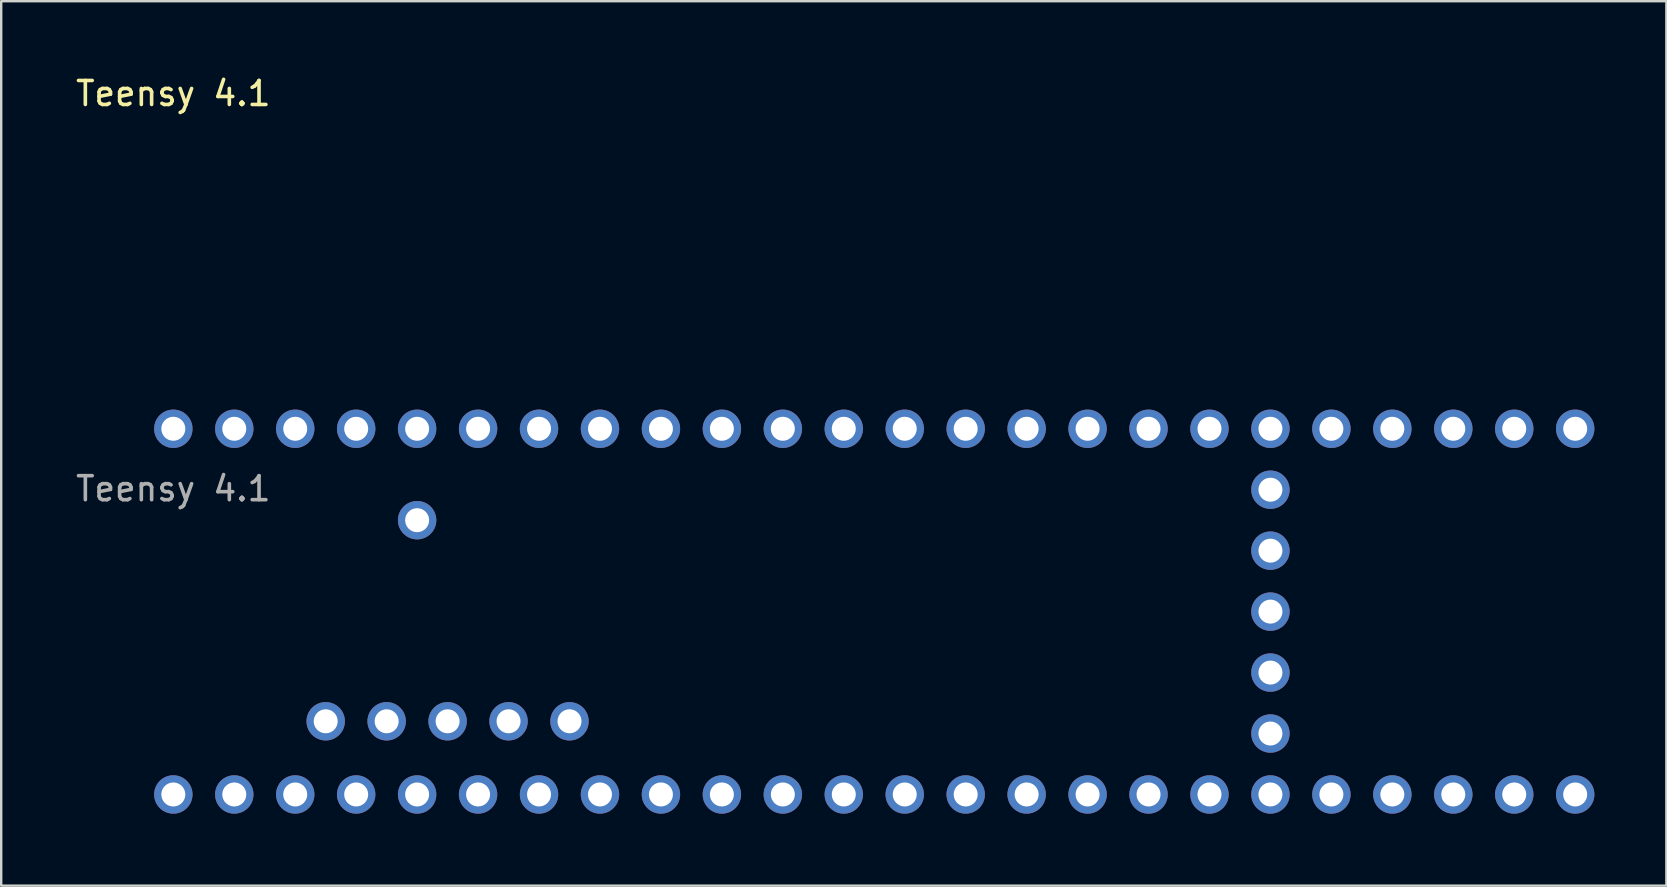
<source format=kicad_pcb>
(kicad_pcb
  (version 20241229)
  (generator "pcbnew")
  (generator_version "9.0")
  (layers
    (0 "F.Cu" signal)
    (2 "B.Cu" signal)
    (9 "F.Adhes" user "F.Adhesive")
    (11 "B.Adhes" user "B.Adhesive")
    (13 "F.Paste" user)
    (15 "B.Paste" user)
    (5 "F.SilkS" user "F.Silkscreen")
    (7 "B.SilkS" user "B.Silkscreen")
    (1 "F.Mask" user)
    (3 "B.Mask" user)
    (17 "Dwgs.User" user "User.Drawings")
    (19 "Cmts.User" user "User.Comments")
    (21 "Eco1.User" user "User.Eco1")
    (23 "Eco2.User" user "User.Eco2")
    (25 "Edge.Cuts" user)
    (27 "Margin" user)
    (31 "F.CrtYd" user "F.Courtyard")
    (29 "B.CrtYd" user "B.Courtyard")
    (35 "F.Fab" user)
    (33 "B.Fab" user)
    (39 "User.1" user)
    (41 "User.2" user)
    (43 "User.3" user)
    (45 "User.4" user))
  (footprint "Teensy 4.1"
    (layer "F.Cu")
    (at 4.173 14.818)
    (property "Reference" "Teensy 4.1" (at 0 -13.97 0) (unlocked yes) (layer "F.SilkS") (effects (font (size 1 1) (thickness 0.15))))
    (attr through_hole)
    (fp_text user "${REFERENCE}" (at 0 2.5 0) (unlocked yes) (layer "F.Fab") (effects (font (size 1 1) (thickness 0.15))))
    (pad "1" thru_hole circle (at 0 0) (size 1.6 1.6) (drill 1) (layers "*.Cu" "*.Mask"))
    (pad "2" thru_hole circle (at 2.54 0) (size 1.6 1.6) (drill 1) (layers "*.Cu" "*.Mask"))
    (pad "3" thru_hole circle (at 5.08 0) (size 1.6 1.6) (drill 1) (layers "*.Cu" "*.Mask"))
    (pad "4" thru_hole circle (at 7.62 0) (size 1.6 1.6) (drill 1) (layers "*.Cu" "*.Mask"))
    (pad "5" thru_hole circle (at 10.16 0) (size 1.6 1.6) (drill 1) (layers "*.Cu" "*.Mask"))
    (pad "6" thru_hole circle (at 12.7 0) (size 1.6 1.6) (drill 1) (layers "*.Cu" "*.Mask"))
    (pad "7" thru_hole circle (at 15.24 0) (size 1.6 1.6) (drill 1) (layers "*.Cu" "*.Mask"))
    (pad "8" thru_hole circle (at 17.78 0) (size 1.6 1.6) (drill 1) (layers "*.Cu" "*.Mask"))
    (pad "9" thru_hole circle (at 20.32 0) (size 1.6 1.6) (drill 1) (layers "*.Cu" "*.Mask"))
    (pad "10" thru_hole circle (at 22.86 0) (size 1.6 1.6) (drill 1) (layers "*.Cu" "*.Mask"))
    (pad "11" thru_hole circle (at 25.4 0) (size 1.6 1.6) (drill 1) (layers "*.Cu" "*.Mask"))
    (pad "12" thru_hole circle (at 27.94 0) (size 1.6 1.6) (drill 1) (layers "*.Cu" "*.Mask"))
    (pad "13" thru_hole circle (at 30.48 0) (size 1.6 1.6) (drill 1) (layers "*.Cu" "*.Mask"))
    (pad "14" thru_hole circle (at 33.02 0) (size 1.6 1.6) (drill 1) (layers "*.Cu" "*.Mask"))
    (pad "15" thru_hole circle (at 35.56 0) (size 1.6 1.6) (drill 1) (layers "*.Cu" "*.Mask"))
    (pad "16" thru_hole circle (at 38.1 0) (size 1.6 1.6) (drill 1) (layers "*.Cu" "*.Mask"))
    (pad "17" thru_hole circle (at 40.64 0) (size 1.6 1.6) (drill 1) (layers "*.Cu" "*.Mask"))
    (pad "18" thru_hole circle (at 43.18 0) (size 1.6 1.6) (drill 1) (layers "*.Cu" "*.Mask"))
    (pad "19" thru_hole circle (at 45.72 0) (size 1.6 1.6) (drill 1) (layers "*.Cu" "*.Mask"))
    (pad "20" thru_hole circle (at 48.26 0) (size 1.6 1.6) (drill 1) (layers "*.Cu" "*.Mask"))
    (pad "21" thru_hole circle (at 50.8 0) (size 1.6 1.6) (drill 1) (layers "*.Cu" "*.Mask"))
    (pad "22" thru_hole circle (at 53.34 0) (size 1.6 1.6) (drill 1) (layers "*.Cu" "*.Mask"))
    (pad "23" thru_hole circle (at 55.88 0) (size 1.6 1.6) (drill 1) (layers "*.Cu" "*.Mask"))
    (pad "24" thru_hole circle (at 58.42 0) (size 1.6 1.6) (drill 1) (layers "*.Cu" "*.Mask"))
    (pad "25" thru_hole circle (at 0 15.24) (size 1.6 1.6) (drill 1) (layers "*.Cu" "*.Mask"))
    (pad "26" thru_hole circle (at 2.54 15.24) (size 1.6 1.6) (drill 1) (layers "*.Cu" "*.Mask"))
    (pad "27" thru_hole circle (at 5.08 15.24) (size 1.6 1.6) (drill 1) (layers "*.Cu" "*.Mask"))
    (pad "28" thru_hole circle (at 7.62 15.24) (size 1.6 1.6) (drill 1) (layers "*.Cu" "*.Mask"))
    (pad "29" thru_hole circle (at 10.16 15.24) (size 1.6 1.6) (drill 1) (layers "*.Cu" "*.Mask"))
    (pad "30" thru_hole circle (at 12.7 15.24) (size 1.6 1.6) (drill 1) (layers "*.Cu" "*.Mask"))
    (pad "31" thru_hole circle (at 15.24 15.24) (size 1.6 1.6) (drill 1) (layers "*.Cu" "*.Mask"))
    (pad "32" thru_hole circle (at 17.78 15.24) (size 1.6 1.6) (drill 1) (layers "*.Cu" "*.Mask"))
    (pad "33" thru_hole circle (at 20.32 15.24) (size 1.6 1.6) (drill 1) (layers "*.Cu" "*.Mask"))
    (pad "34" thru_hole circle (at 22.86 15.24) (size 1.6 1.6) (drill 1) (layers "*.Cu" "*.Mask"))
    (pad "35" thru_hole circle (at 25.4 15.24) (size 1.6 1.6) (drill 1) (layers "*.Cu" "*.Mask"))
    (pad "36" thru_hole circle (at 27.94 15.24) (size 1.6 1.6) (drill 1) (layers "*.Cu" "*.Mask"))
    (pad "37" thru_hole circle (at 30.48 15.24) (size 1.6 1.6) (drill 1) (layers "*.Cu" "*.Mask"))
    (pad "38" thru_hole circle (at 33.02 15.24) (size 1.6 1.6) (drill 1) (layers "*.Cu" "*.Mask"))
    (pad "39" thru_hole circle (at 35.56 15.24) (size 1.6 1.6) (drill 1) (layers "*.Cu" "*.Mask"))
    (pad "40" thru_hole circle (at 38.1 15.24) (size 1.6 1.6) (drill 1) (layers "*.Cu" "*.Mask"))
    (pad "41" thru_hole circle (at 40.64 15.24) (size 1.6 1.6) (drill 1) (layers "*.Cu" "*.Mask"))
    (pad "42" thru_hole circle (at 43.18 15.24) (size 1.6 1.6) (drill 1) (layers "*.Cu" "*.Mask"))
    (pad "43" thru_hole circle (at 45.72 15.24) (size 1.6 1.6) (drill 1) (layers "*.Cu" "*.Mask"))
    (pad "44" thru_hole circle (at 48.26 15.24) (size 1.6 1.6) (drill 1) (layers "*.Cu" "*.Mask"))
    (pad "45" thru_hole circle (at 50.8 15.24) (size 1.6 1.6) (drill 1) (layers "*.Cu" "*.Mask"))
    (pad "46" thru_hole circle (at 53.34 15.24) (size 1.6 1.6) (drill 1) (layers "*.Cu" "*.Mask"))
    (pad "47" thru_hole circle (at 55.88 15.24) (size 1.6 1.6) (drill 1) (layers "*.Cu" "*.Mask"))
    (pad "48" thru_hole circle (at 58.42 15.24) (size 1.6 1.6) (drill 1) (layers "*.Cu" "*.Mask"))
    (pad "49" thru_hole circle (at 6.35 12.19) (size 1.6 1.6) (drill 1) (layers "*.Cu" "*.Mask"))
    (pad "50" thru_hole circle (at 8.89 12.19) (size 1.6 1.6) (drill 1) (layers "*.Cu" "*.Mask"))
    (pad "51" thru_hole circle (at 11.43 12.19) (size 1.6 1.6) (drill 1) (layers "*.Cu" "*.Mask"))
    (pad "52" thru_hole circle (at 13.97 12.19) (size 1.6 1.6) (drill 1) (layers "*.Cu" "*.Mask"))
    (pad "53" thru_hole circle (at 16.51 12.19) (size 1.6 1.6) (drill 1) (layers "*.Cu" "*.Mask"))
    (pad "54" thru_hole circle (at 45.72 2.54) (size 1.6 1.6) (drill 1) (layers "*.Cu" "*.Mask"))
    (pad "55" thru_hole circle (at 45.72 5.08) (size 1.6 1.6) (drill 1) (layers "*.Cu" "*.Mask"))
    (pad "56" thru_hole circle (at 45.72 7.62) (size 1.6 1.6) (drill 1) (layers "*.Cu" "*.Mask"))
    (pad "57" thru_hole circle (at 45.72 10.16) (size 1.6 1.6) (drill 1) (layers "*.Cu" "*.Mask"))
    (pad "58" thru_hole circle (at 45.72 12.7) (size 1.6 1.6) (drill 1) (layers "*.Cu" "*.Mask"))
    (pad "59" thru_hole circle (at 10.16 3.81) (size 1.6 1.6) (drill 1) (layers "*.Cu" "*.Mask")))
  (gr_rect
    (start -3 -3)
    (end 66.393 33.858)
    (stroke (width 0.1) (type default))
    (fill no)
    (layer "Edge.Cuts")))
</source>
